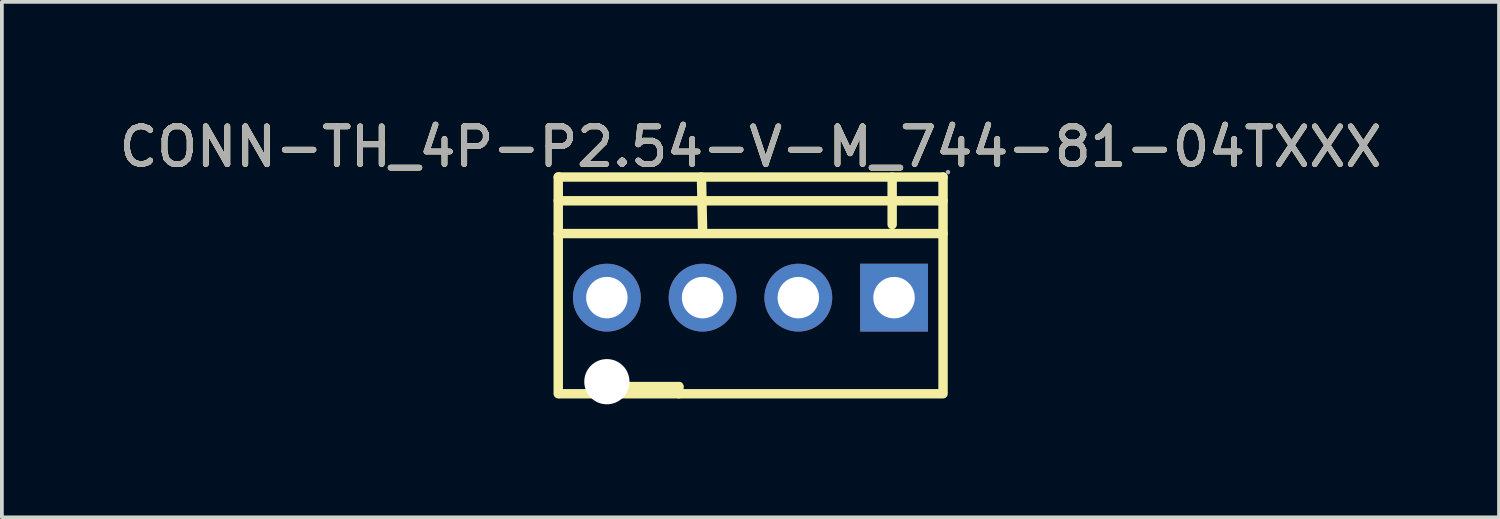
<source format=kicad_pcb>
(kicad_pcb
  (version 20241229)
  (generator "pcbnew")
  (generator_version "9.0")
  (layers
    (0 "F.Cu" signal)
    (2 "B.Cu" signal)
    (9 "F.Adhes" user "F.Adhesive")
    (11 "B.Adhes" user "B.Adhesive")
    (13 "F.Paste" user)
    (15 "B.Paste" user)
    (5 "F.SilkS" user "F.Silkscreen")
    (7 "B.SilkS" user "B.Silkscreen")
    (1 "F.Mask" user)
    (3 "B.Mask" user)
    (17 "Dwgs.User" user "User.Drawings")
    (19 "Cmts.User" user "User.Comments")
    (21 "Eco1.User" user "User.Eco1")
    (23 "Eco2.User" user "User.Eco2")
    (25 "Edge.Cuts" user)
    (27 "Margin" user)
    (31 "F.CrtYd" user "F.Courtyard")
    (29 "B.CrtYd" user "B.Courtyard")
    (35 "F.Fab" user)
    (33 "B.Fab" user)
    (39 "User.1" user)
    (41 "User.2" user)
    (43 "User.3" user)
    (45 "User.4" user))
  (footprint "CONN-TH_4P-P2.54-V-M_744-81-04TXXX"
    (layer "F.Cu")
    (at 16.863 4.848)
    (property "Reference" "CONN-TH_4P-P2.54-V-M_744-81-04TXXX" (at 0 -4 0) (layer "F.SilkS") (effects (font (size 1 1) (thickness 0.15))))
    (attr through_hole)
    (fp_line (start -5.1 -3.2) (end -5.1 2.55) (stroke (width 0.25) (type solid)) (layer "F.SilkS"))
    (fp_line (start -5.1 -3.2) (end -5.08 -3.2) (stroke (width 0.25) (type solid)) (layer "F.SilkS"))
    (fp_line (start -5.1 -2.57) (end 5.11 -2.57) (stroke (width 0.25) (type solid)) (layer "F.SilkS"))
    (fp_line (start -5.1 -1.7) (end 5.11 -1.7) (stroke (width 0.25) (type solid)) (layer "F.SilkS"))
    (fp_line (start -5.08 -3.2) (end 5.11 -3.2) (stroke (width 0.25) (type solid)) (layer "F.SilkS"))
    (fp_line (start -5.05 2.55) (end 5.11 2.55) (stroke (width 0.25) (type solid)) (layer "F.SilkS"))
    (fp_line (start -3.48 2.36) (end -1.9 2.36) (stroke (width 0.25) (type solid)) (layer "F.SilkS"))
    (fp_line (start -3.48 2.55) (end -3.48 2.36) (stroke (width 0.25) (type solid)) (layer "F.SilkS"))
    (fp_line (start -1.9 2.36) (end -1.9 2.55) (stroke (width 0.25) (type solid)) (layer "F.SilkS"))
    (fp_line (start -1.3 -3.2) (end -1.27 -1.78) (stroke (width 0.25) (type solid)) (layer "F.SilkS"))
    (fp_line (start 3.76 -3.2) (end 3.76 -1.94) (stroke (width 0.25) (type solid)) (layer "F.SilkS"))
    (fp_line (start 5.11 -3.2) (end 5.11 2.49) (stroke (width 0.25) (type solid)) (layer "F.SilkS"))
    (fp_circle (center 5.24 -3.33) (end 5.27 -3.33) (stroke (width 0.06) (type solid)) (fill no) (layer "F.Fab"))
    (fp_text user "${REFERENCE}" (at 0 -4 0) (layer "F.SilkS") (effects (font (size 1 1) (thickness 0.15))))
    (fp_text user "${REFERENCE}" (at 0 -4 0) (layer "F.Fab") (effects (font (size 1 1) (thickness 0.15))))
    (pad "" np_thru_hole circle (at -3.81 2.23) (size 1.2 1.2) (drill 1.2) (layers "*.Cu" "*.Mask"))
    (pad "1" thru_hole rect (at 3.81 0) (size 1.8 1.8) (drill 1.1) (layers "*.Cu" "*.Mask"))
    (pad "2" thru_hole circle (at 1.27 0) (size 1.8 1.8) (drill 1.1) (layers "*.Cu" "*.Mask"))
    (pad "3" thru_hole circle (at -1.27 0) (size 1.8 1.8) (drill 1.1) (layers "*.Cu" "*.Mask"))
    (pad "4" thru_hole circle (at -3.81 0) (size 1.8 1.8) (drill 1.1) (layers "*.Cu" "*.Mask")))
  (gr_rect
    (start -3 -3)
    (end 36.726 10.678)
    (stroke (width 0.1) (type default))
    (fill no)
    (layer "Edge.Cuts")))
</source>
